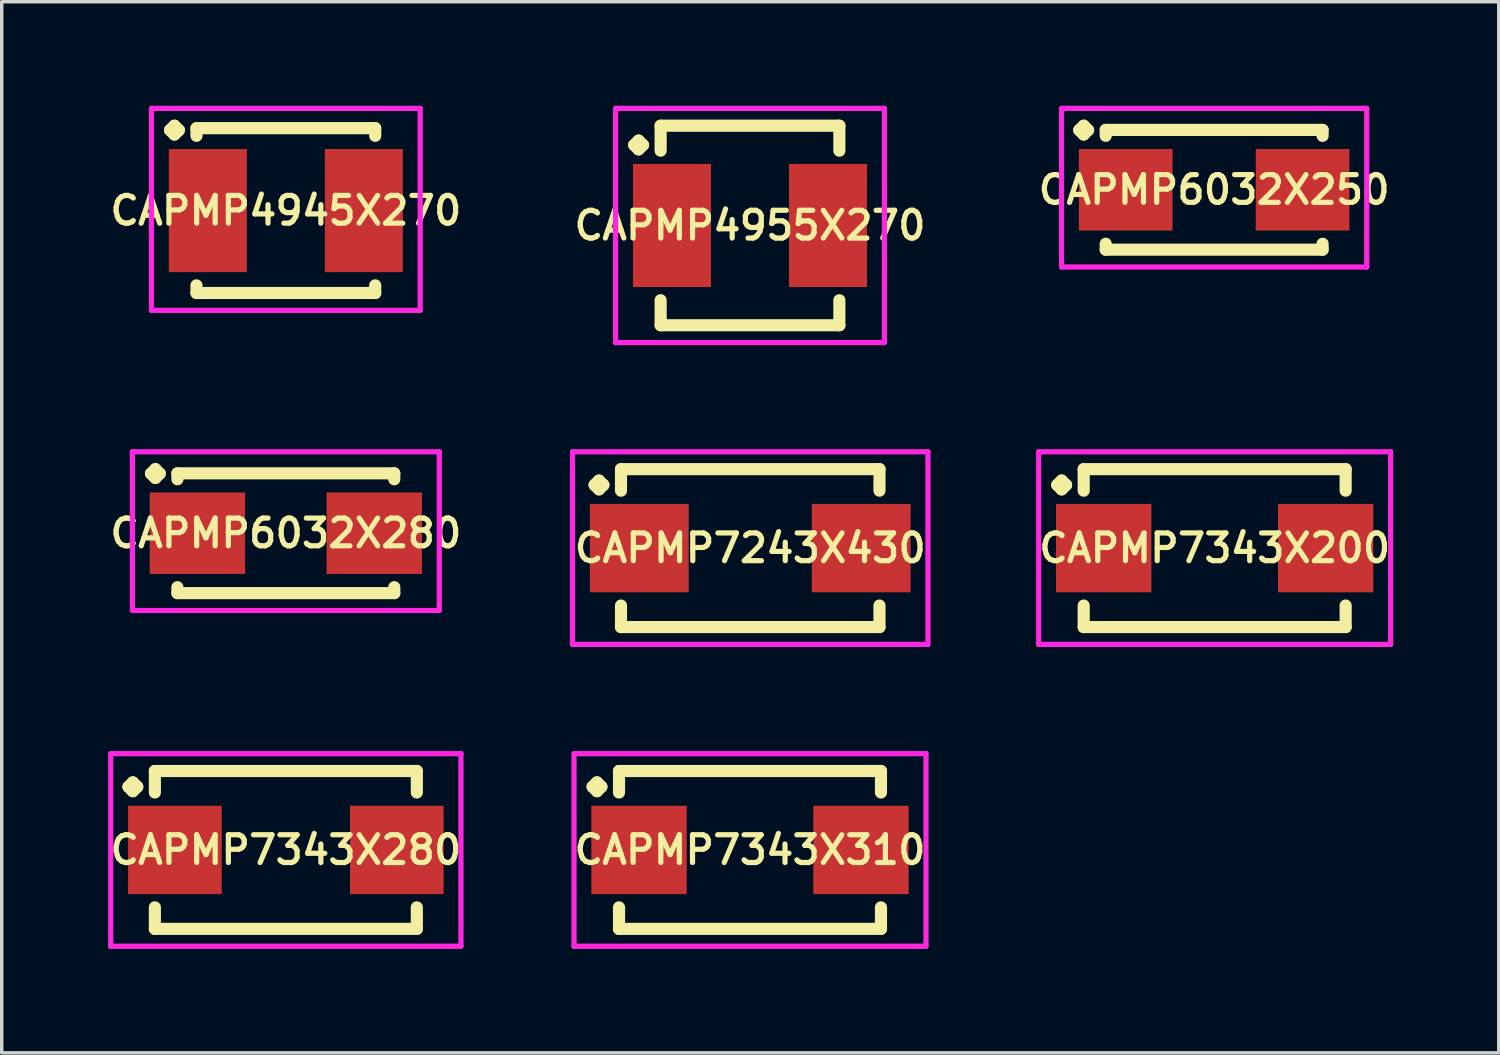
<source format=kicad_pcb>
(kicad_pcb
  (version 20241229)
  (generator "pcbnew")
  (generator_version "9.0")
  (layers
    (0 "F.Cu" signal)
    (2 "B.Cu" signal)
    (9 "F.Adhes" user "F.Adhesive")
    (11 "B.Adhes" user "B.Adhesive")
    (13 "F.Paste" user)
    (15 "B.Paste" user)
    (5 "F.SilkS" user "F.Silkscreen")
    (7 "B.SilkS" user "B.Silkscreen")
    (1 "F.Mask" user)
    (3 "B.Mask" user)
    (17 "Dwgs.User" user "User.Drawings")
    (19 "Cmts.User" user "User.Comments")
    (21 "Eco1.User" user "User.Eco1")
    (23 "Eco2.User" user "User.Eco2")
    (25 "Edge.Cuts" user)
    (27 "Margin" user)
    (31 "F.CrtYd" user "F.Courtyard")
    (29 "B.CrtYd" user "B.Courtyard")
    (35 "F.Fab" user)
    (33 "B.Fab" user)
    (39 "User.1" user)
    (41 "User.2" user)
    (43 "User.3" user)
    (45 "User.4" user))
  (footprint "CAPMP6032X250"
    (layer "F.Cu")
    (at 31.963 2.423)
    (property "Reference" "CAPMP6032X250" (at 0 0 0) (layer "F.SilkS") (effects (font (size 0.8 0.8) (thickness 0.15))))
    (attr through_hole)
    (fp_line (start -3.889 -1.721) (end -3.762 -1.848) (stroke (width 0.35) (type solid)) (layer "F.SilkS"))
    (fp_line (start -3.762 -1.848) (end -3.635 -1.721) (stroke (width 0.35) (type solid)) (layer "F.SilkS"))
    (fp_line (start -3.762 -1.594) (end -3.889 -1.721) (stroke (width 0.35) (type solid)) (layer "F.SilkS"))
    (fp_line (start -3.635 -1.721) (end -3.762 -1.594) (stroke (width 0.35) (type solid)) (layer "F.SilkS"))
    (fp_line (start -3.127 -1.727) (end 3.127 -1.727) (stroke (width 0.35) (type solid)) (layer "F.SilkS"))
    (fp_line (start -3.127 -1.556) (end -3.127 -1.727) (stroke (width 0.35) (type solid)) (layer "F.SilkS"))
    (fp_line (start -3.127 1.556) (end -3.127 1.727) (stroke (width 0.35) (type solid)) (layer "F.SilkS"))
    (fp_line (start -3.127 1.727) (end 3.127 1.727) (stroke (width 0.35) (type solid)) (layer "F.SilkS"))
    (fp_line (start 3.127 -1.727) (end 3.127 -1.556) (stroke (width 0.35) (type solid)) (layer "F.SilkS"))
    (fp_line (start 3.127 1.727) (end 3.127 1.556) (stroke (width 0.35) (type solid)) (layer "F.SilkS"))
    (fp_line (start -4.4 -2.348) (end 4.4 -2.348) (stroke (width 0.15) (type solid)) (layer "F.CrtYd"))
    (fp_line (start -4.4 2.227) (end -4.4 -2.348) (stroke (width 0.15) (type solid)) (layer "F.CrtYd"))
    (fp_line (start 4.4 -2.348) (end 4.4 2.227) (stroke (width 0.15) (type solid)) (layer "F.CrtYd"))
    (fp_line (start 4.4 2.227) (end -4.4 2.227) (stroke (width 0.15) (type solid)) (layer "F.CrtYd"))
    (pad "1" smd rect (at -2.55 0) (size 2.7 2.35) (layers "F.Cu" "F.Mask" "F.Paste"))
    (pad "2" smd rect (at 2.55 0) (size 2.7 2.35) (layers "F.Cu" "F.Mask" "F.Paste")))
  (footprint "CAPMP4955X270"
    (layer "F.Cu")
    (at 18.578 3.452)
    (property "Reference" "CAPMP4955X270" (at 0 0 0) (layer "F.SilkS") (effects (font (size 0.8 0.8) (thickness 0.15))))
    (attr smd)
    (fp_line (start -3.339 -2.321) (end -3.212 -2.448) (stroke (width 0.35) (type solid)) (layer "F.SilkS"))
    (fp_line (start -3.212 -2.448) (end -3.085 -2.321) (stroke (width 0.35) (type solid)) (layer "F.SilkS"))
    (fp_line (start -3.212 -2.194) (end -3.339 -2.321) (stroke (width 0.35) (type solid)) (layer "F.SilkS"))
    (fp_line (start -3.085 -2.321) (end -3.212 -2.194) (stroke (width 0.35) (type solid)) (layer "F.SilkS"))
    (fp_line (start -2.577 -2.877) (end 2.577 -2.877) (stroke (width 0.35) (type solid)) (layer "F.SilkS"))
    (fp_line (start -2.577 -2.156) (end -2.577 -2.877) (stroke (width 0.35) (type solid)) (layer "F.SilkS"))
    (fp_line (start -2.577 2.156) (end -2.577 2.877) (stroke (width 0.35) (type solid)) (layer "F.SilkS"))
    (fp_line (start -2.577 2.877) (end 2.577 2.877) (stroke (width 0.35) (type solid)) (layer "F.SilkS"))
    (fp_line (start 2.577 -2.877) (end 2.577 -2.156) (stroke (width 0.35) (type solid)) (layer "F.SilkS"))
    (fp_line (start 2.577 2.877) (end 2.577 2.156) (stroke (width 0.35) (type solid)) (layer "F.SilkS"))
    (fp_line (start -3.875 -3.377) (end 3.875 -3.377) (stroke (width 0.15) (type solid)) (layer "F.CrtYd"))
    (fp_line (start -3.875 3.377) (end -3.875 -3.377) (stroke (width 0.15) (type solid)) (layer "F.CrtYd"))
    (fp_line (start 3.875 -3.377) (end 3.875 3.377) (stroke (width 0.15) (type solid)) (layer "F.CrtYd"))
    (fp_line (start 3.875 3.377) (end -3.875 3.377) (stroke (width 0.15) (type solid)) (layer "F.CrtYd"))
    (pad "1" smd rect (at -2.25 0) (size 2.25 3.55) (layers "F.Cu" "F.Mask" "F.Paste"))
    (pad "2" smd rect (at 2.25 0) (size 2.25 3.55) (layers "F.Cu" "F.Mask" "F.Paste")))
  (footprint "CAPMP7343X280"
    (layer "F.Cu")
    (at 5.193 21.46)
    (property "Reference" "CAPMP7343X280" (at 0 0 0) (layer "F.SilkS") (effects (font (size 0.8 0.8) (thickness 0.15))))
    (attr smd)
    (fp_line (start -4.539 -1.821) (end -4.412 -1.948) (stroke (width 0.35) (type solid)) (layer "F.SilkS"))
    (fp_line (start -4.412 -1.948) (end -4.285 -1.821) (stroke (width 0.35) (type solid)) (layer "F.SilkS"))
    (fp_line (start -4.412 -1.694) (end -4.539 -1.821) (stroke (width 0.35) (type solid)) (layer "F.SilkS"))
    (fp_line (start -4.285 -1.821) (end -4.412 -1.694) (stroke (width 0.35) (type solid)) (layer "F.SilkS"))
    (fp_line (start -3.777 -2.277) (end 3.777 -2.277) (stroke (width 0.35) (type solid)) (layer "F.SilkS"))
    (fp_line (start -3.777 -1.656) (end -3.777 -2.277) (stroke (width 0.35) (type solid)) (layer "F.SilkS"))
    (fp_line (start -3.777 1.656) (end -3.777 2.277) (stroke (width 0.35) (type solid)) (layer "F.SilkS"))
    (fp_line (start -3.777 2.277) (end 3.777 2.277) (stroke (width 0.35) (type solid)) (layer "F.SilkS"))
    (fp_line (start 3.777 -2.277) (end 3.777 -1.656) (stroke (width 0.35) (type solid)) (layer "F.SilkS"))
    (fp_line (start 3.777 2.277) (end 3.777 1.656) (stroke (width 0.35) (type solid)) (layer "F.SilkS"))
    (fp_line (start -5.05 -2.777) (end 5.05 -2.777) (stroke (width 0.15) (type solid)) (layer "F.CrtYd"))
    (fp_line (start -5.05 2.777) (end -5.05 -2.777) (stroke (width 0.15) (type solid)) (layer "F.CrtYd"))
    (fp_line (start 5.05 -2.777) (end 5.05 2.777) (stroke (width 0.15) (type solid)) (layer "F.CrtYd"))
    (fp_line (start 5.05 2.777) (end -5.05 2.777) (stroke (width 0.15) (type solid)) (layer "F.CrtYd"))
    (pad "1" smd rect (at -3.2 0) (size 2.7 2.55) (layers "F.Cu" "F.Mask" "F.Paste"))
    (pad "2" smd rect (at 3.2 0) (size 2.7 2.55) (layers "F.Cu" "F.Mask" "F.Paste")))
  (footprint "CAPMP7343X310"
    (layer "F.Cu")
    (at 18.578 21.46)
    (property "Reference" "CAPMP7343X310" (at 0 0 0) (layer "F.SilkS") (effects (font (size 0.8 0.8) (thickness 0.15))))
    (attr smd)
    (fp_line (start -4.539 -1.821) (end -4.412 -1.948) (stroke (width 0.35) (type solid)) (layer "F.SilkS"))
    (fp_line (start -4.412 -1.948) (end -4.285 -1.821) (stroke (width 0.35) (type solid)) (layer "F.SilkS"))
    (fp_line (start -4.412 -1.694) (end -4.539 -1.821) (stroke (width 0.35) (type solid)) (layer "F.SilkS"))
    (fp_line (start -4.285 -1.821) (end -4.412 -1.694) (stroke (width 0.35) (type solid)) (layer "F.SilkS"))
    (fp_line (start -3.777 -2.277) (end 3.777 -2.277) (stroke (width 0.35) (type solid)) (layer "F.SilkS"))
    (fp_line (start -3.777 -1.656) (end -3.777 -2.277) (stroke (width 0.35) (type solid)) (layer "F.SilkS"))
    (fp_line (start -3.777 1.656) (end -3.777 2.277) (stroke (width 0.35) (type solid)) (layer "F.SilkS"))
    (fp_line (start -3.777 2.277) (end 3.777 2.277) (stroke (width 0.35) (type solid)) (layer "F.SilkS"))
    (fp_line (start 3.777 -2.277) (end 3.777 -1.656) (stroke (width 0.35) (type solid)) (layer "F.SilkS"))
    (fp_line (start 3.777 2.277) (end 3.777 1.656) (stroke (width 0.35) (type solid)) (layer "F.SilkS"))
    (fp_line (start -5.075 -2.777) (end 5.075 -2.777) (stroke (width 0.15) (type solid)) (layer "F.CrtYd"))
    (fp_line (start -5.075 2.777) (end -5.075 -2.777) (stroke (width 0.15) (type solid)) (layer "F.CrtYd"))
    (fp_line (start 5.075 -2.777) (end 5.075 2.777) (stroke (width 0.15) (type solid)) (layer "F.CrtYd"))
    (fp_line (start 5.075 2.777) (end -5.075 2.777) (stroke (width 0.15) (type solid)) (layer "F.CrtYd"))
    (pad "1" smd rect (at -3.2 0) (size 2.75 2.55) (layers "F.Cu" "F.Mask" "F.Paste"))
    (pad "2" smd rect (at 3.2 0) (size 2.75 2.55) (layers "F.Cu" "F.Mask" "F.Paste")))
  (footprint "CAPMP6032X280"
    (layer "F.Cu")
    (at 5.193 12.327)
    (property "Reference" "CAPMP6032X280" (at 0 0 0) (layer "F.SilkS") (effects (font (size 0.8 0.8) (thickness 0.15))))
    (attr through_hole)
    (fp_line (start -3.889 -1.721) (end -3.762 -1.848) (stroke (width 0.35) (type solid)) (layer "F.SilkS"))
    (fp_line (start -3.762 -1.848) (end -3.635 -1.721) (stroke (width 0.35) (type solid)) (layer "F.SilkS"))
    (fp_line (start -3.762 -1.594) (end -3.889 -1.721) (stroke (width 0.35) (type solid)) (layer "F.SilkS"))
    (fp_line (start -3.635 -1.721) (end -3.762 -1.594) (stroke (width 0.35) (type solid)) (layer "F.SilkS"))
    (fp_line (start -3.127 -1.727) (end 3.127 -1.727) (stroke (width 0.35) (type solid)) (layer "F.SilkS"))
    (fp_line (start -3.127 -1.556) (end -3.127 -1.727) (stroke (width 0.35) (type solid)) (layer "F.SilkS"))
    (fp_line (start -3.127 1.556) (end -3.127 1.727) (stroke (width 0.35) (type solid)) (layer "F.SilkS"))
    (fp_line (start -3.127 1.727) (end 3.127 1.727) (stroke (width 0.35) (type solid)) (layer "F.SilkS"))
    (fp_line (start 3.127 -1.727) (end 3.127 -1.556) (stroke (width 0.35) (type solid)) (layer "F.SilkS"))
    (fp_line (start 3.127 1.727) (end 3.127 1.556) (stroke (width 0.35) (type solid)) (layer "F.SilkS"))
    (fp_line (start -4.425 -2.348) (end 4.425 -2.348) (stroke (width 0.15) (type solid)) (layer "F.CrtYd"))
    (fp_line (start -4.425 2.227) (end -4.425 -2.348) (stroke (width 0.15) (type solid)) (layer "F.CrtYd"))
    (fp_line (start 4.425 -2.348) (end 4.425 2.227) (stroke (width 0.15) (type solid)) (layer "F.CrtYd"))
    (fp_line (start 4.425 2.227) (end -4.425 2.227) (stroke (width 0.15) (type solid)) (layer "F.CrtYd"))
    (pad "1" smd rect (at -2.55 0) (size 2.75 2.35) (layers "F.Cu" "F.Mask" "F.Paste"))
    (pad "2" smd rect (at 2.55 0) (size 2.75 2.35) (layers "F.Cu" "F.Mask" "F.Paste")))
  (footprint "CAPMP4945X270"
    (layer "F.Cu")
    (at 5.193 3.023)
    (property "Reference" "CAPMP4945X270" (at 0 0 0) (layer "F.SilkS") (effects (font (size 0.8 0.8) (thickness 0.15))))
    (attr smd)
    (fp_line (start -3.339 -2.321) (end -3.212 -2.448) (stroke (width 0.35) (type solid)) (layer "F.SilkS"))
    (fp_line (start -3.212 -2.448) (end -3.085 -2.321) (stroke (width 0.35) (type solid)) (layer "F.SilkS"))
    (fp_line (start -3.212 -2.194) (end -3.339 -2.321) (stroke (width 0.35) (type solid)) (layer "F.SilkS"))
    (fp_line (start -3.085 -2.321) (end -3.212 -2.194) (stroke (width 0.35) (type solid)) (layer "F.SilkS"))
    (fp_line (start -2.577 -2.377) (end 2.577 -2.377) (stroke (width 0.35) (type solid)) (layer "F.SilkS"))
    (fp_line (start -2.577 -2.156) (end -2.577 -2.377) (stroke (width 0.35) (type solid)) (layer "F.SilkS"))
    (fp_line (start -2.577 2.156) (end -2.577 2.377) (stroke (width 0.35) (type solid)) (layer "F.SilkS"))
    (fp_line (start -2.577 2.377) (end 2.577 2.377) (stroke (width 0.35) (type solid)) (layer "F.SilkS"))
    (fp_line (start 2.577 -2.377) (end 2.577 -2.156) (stroke (width 0.35) (type solid)) (layer "F.SilkS"))
    (fp_line (start 2.577 2.377) (end 2.577 2.156) (stroke (width 0.35) (type solid)) (layer "F.SilkS"))
    (fp_line (start -3.875 -2.948) (end 3.875 -2.948) (stroke (width 0.15) (type solid)) (layer "F.CrtYd"))
    (fp_line (start -3.875 2.877) (end -3.875 -2.948) (stroke (width 0.15) (type solid)) (layer "F.CrtYd"))
    (fp_line (start 3.875 -2.948) (end 3.875 2.877) (stroke (width 0.15) (type solid)) (layer "F.CrtYd"))
    (fp_line (start 3.875 2.877) (end -3.875 2.877) (stroke (width 0.15) (type solid)) (layer "F.CrtYd"))
    (pad "1" smd rect (at -2.25 0) (size 2.25 3.55) (layers "F.Cu" "F.Mask" "F.Paste"))
    (pad "2" smd rect (at 2.25 0) (size 2.25 3.55) (layers "F.Cu" "F.Mask" "F.Paste")))
  (footprint "CAPMP7243X430"
    (layer "F.Cu")
    (at 18.585 12.756)
    (property "Reference" "CAPMP7243X430" (at 0 0 0) (layer "F.SilkS") (effects (font (size 0.8 0.8) (thickness 0.15))))
    (attr through_hole)
    (fp_line (start -4.489 -1.821) (end -4.362 -1.948) (stroke (width 0.35) (type solid)) (layer "F.SilkS"))
    (fp_line (start -4.362 -1.948) (end -4.235 -1.821) (stroke (width 0.35) (type solid)) (layer "F.SilkS"))
    (fp_line (start -4.362 -1.694) (end -4.489 -1.821) (stroke (width 0.35) (type solid)) (layer "F.SilkS"))
    (fp_line (start -4.235 -1.821) (end -4.362 -1.694) (stroke (width 0.35) (type solid)) (layer "F.SilkS"))
    (fp_line (start -3.727 -2.277) (end 3.727 -2.277) (stroke (width 0.35) (type solid)) (layer "F.SilkS"))
    (fp_line (start -3.727 -1.656) (end -3.727 -2.277) (stroke (width 0.35) (type solid)) (layer "F.SilkS"))
    (fp_line (start -3.727 1.656) (end -3.727 2.277) (stroke (width 0.35) (type solid)) (layer "F.SilkS"))
    (fp_line (start -3.727 2.277) (end 3.727 2.277) (stroke (width 0.35) (type solid)) (layer "F.SilkS"))
    (fp_line (start 3.727 -2.277) (end 3.727 -1.656) (stroke (width 0.35) (type solid)) (layer "F.SilkS"))
    (fp_line (start 3.727 2.277) (end 3.727 1.656) (stroke (width 0.35) (type solid)) (layer "F.SilkS"))
    (fp_line (start -5.125 -2.777) (end 5.125 -2.777) (stroke (width 0.15) (type solid)) (layer "F.CrtYd"))
    (fp_line (start -5.125 2.777) (end -5.125 -2.777) (stroke (width 0.15) (type solid)) (layer "F.CrtYd"))
    (fp_line (start 5.125 -2.777) (end 5.125 2.777) (stroke (width 0.15) (type solid)) (layer "F.CrtYd"))
    (fp_line (start 5.125 2.777) (end -5.125 2.777) (stroke (width 0.15) (type solid)) (layer "F.CrtYd"))
    (pad "1" smd rect (at -3.2 0) (size 2.85 2.55) (layers "F.Cu" "F.Mask" "F.Paste"))
    (pad "2" smd rect (at 3.2 0) (size 2.85 2.55) (layers "F.Cu" "F.Mask" "F.Paste")))
  (footprint "CAPMP7343X200"
    (layer "F.Cu")
    (at 31.978 12.756)
    (property "Reference" "CAPMP7343X200" (at 0 0 0) (layer "F.SilkS") (effects (font (size 0.8 0.8) (thickness 0.15))))
    (attr smd)
    (fp_line (start -4.539 -1.821) (end -4.412 -1.948) (stroke (width 0.35) (type solid)) (layer "F.SilkS"))
    (fp_line (start -4.412 -1.948) (end -4.285 -1.821) (stroke (width 0.35) (type solid)) (layer "F.SilkS"))
    (fp_line (start -4.412 -1.694) (end -4.539 -1.821) (stroke (width 0.35) (type solid)) (layer "F.SilkS"))
    (fp_line (start -4.285 -1.821) (end -4.412 -1.694) (stroke (width 0.35) (type solid)) (layer "F.SilkS"))
    (fp_line (start -3.777 -2.277) (end 3.777 -2.277) (stroke (width 0.35) (type solid)) (layer "F.SilkS"))
    (fp_line (start -3.777 -1.656) (end -3.777 -2.277) (stroke (width 0.35) (type solid)) (layer "F.SilkS"))
    (fp_line (start -3.777 1.656) (end -3.777 2.277) (stroke (width 0.35) (type solid)) (layer "F.SilkS"))
    (fp_line (start -3.777 2.277) (end 3.777 2.277) (stroke (width 0.35) (type solid)) (layer "F.SilkS"))
    (fp_line (start 3.777 -2.277) (end 3.777 -1.656) (stroke (width 0.35) (type solid)) (layer "F.SilkS"))
    (fp_line (start 3.777 2.277) (end 3.777 1.656) (stroke (width 0.35) (type solid)) (layer "F.SilkS"))
    (fp_line (start -5.075 -2.777) (end 5.075 -2.777) (stroke (width 0.15) (type solid)) (layer "F.CrtYd"))
    (fp_line (start -5.075 2.777) (end -5.075 -2.777) (stroke (width 0.15) (type solid)) (layer "F.CrtYd"))
    (fp_line (start 5.075 -2.777) (end 5.075 2.777) (stroke (width 0.15) (type solid)) (layer "F.CrtYd"))
    (fp_line (start 5.075 2.777) (end -5.075 2.777) (stroke (width 0.15) (type solid)) (layer "F.CrtYd"))
    (pad "1" smd rect (at -3.2 0) (size 2.75 2.55) (layers "F.Cu" "F.Mask" "F.Paste"))
    (pad "2" smd rect (at 3.2 0) (size 2.75 2.55) (layers "F.Cu" "F.Mask" "F.Paste")))
  (gr_rect
    (start -3 -3)
    (end 40.17 27.312)
    (stroke (width 0.1) (type default))
    (fill no)
    (layer "Edge.Cuts")))
</source>
